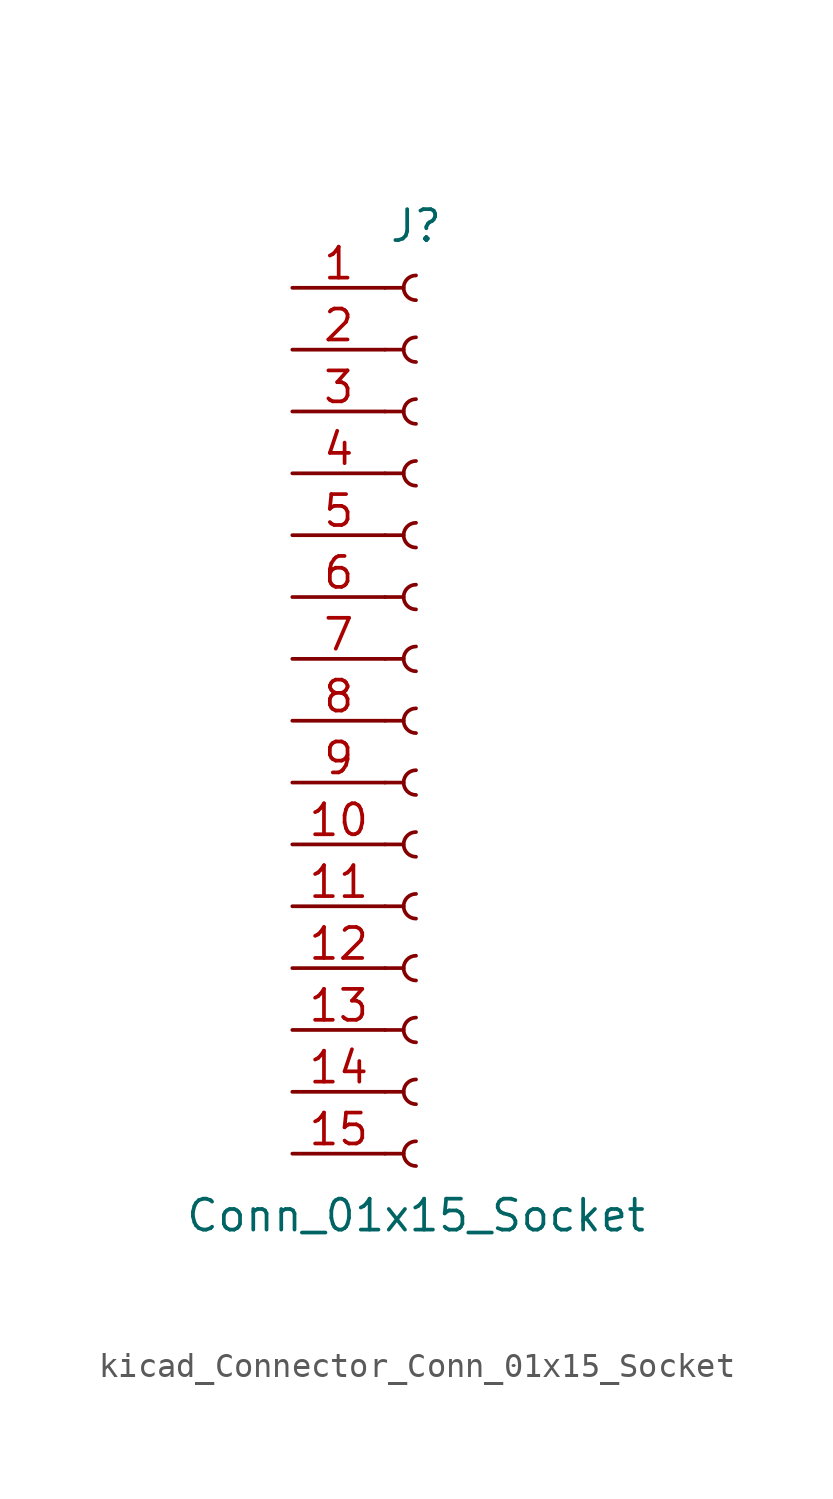
<source format=kicad_sym>
(kicad_symbol_lib
  (version 20220914)
  (generator kicad_symbol_editor)
  (symbol "kicad_Connector_Conn_01x15_Socket"
    (pin_names
      (offset 1.016) hide)
    (property "Reference" "J"
      (at 0 20.32 0)
      (effects (font (size 1.27 1.27))))
    (property "Value" "Conn_01x15_Socket"
      (at 0 -20.32 0)
      (effects (font (size 1.27 1.27))))
    (property "ki_locked" ""
      (at 0 0 0)
      (effects (font (size 1.27 1.27))))
    (symbol "kicad_Connector_Conn_01x15_Socket_1_1"
      (arc (start 0 -17.272) (mid -0.5058 -17.78) (end 0 -18.288) (stroke (width 0.1524) (type default)) (fill (type none)))
      (arc (start 0 -14.732) (mid -0.5058 -15.24) (end 0 -15.748) (stroke (width 0.1524) (type default)) (fill (type none)))
      (arc (start 0 -12.192) (mid -0.5058 -12.7) (end 0 -13.208) (stroke (width 0.1524) (type default)) (fill (type none)))
      (arc (start 0 -9.652) (mid -0.5058 -10.16) (end 0 -10.668) (stroke (width 0.1524) (type default)) (fill (type none)))
      (arc (start 0 -7.112) (mid -0.5058 -7.62) (end 0 -8.128) (stroke (width 0.1524) (type default)) (fill (type none)))
      (arc (start 0 -4.572) (mid -0.5058 -5.08) (end 0 -5.588) (stroke (width 0.1524) (type default)) (fill (type none)))
      (arc (start 0 -2.032) (mid -0.5058 -2.54) (end 0 -3.048) (stroke (width 0.1524) (type default)) (fill (type none)))
      (polyline (pts (xy -1.27 -17.78) (xy -0.508 -17.78)) (stroke (width 0.152) (type default)) (fill (type none)))
      (polyline (pts (xy -1.27 -15.24) (xy -0.508 -15.24)) (stroke (width 0.152) (type default)) (fill (type none)))
      (polyline (pts (xy -1.27 -12.7) (xy -0.508 -12.7)) (stroke (width 0.152) (type default)) (fill (type none)))
      (polyline (pts (xy -1.27 -10.16) (xy -0.508 -10.16)) (stroke (width 0.152) (type default)) (fill (type none)))
      (polyline (pts (xy -1.27 -7.62) (xy -0.508 -7.62)) (stroke (width 0.152) (type default)) (fill (type none)))
      (polyline (pts (xy -1.27 -5.08) (xy -0.508 -5.08)) (stroke (width 0.152) (type default)) (fill (type none)))
      (polyline (pts (xy -1.27 -2.54) (xy -0.508 -2.54)) (stroke (width 0.152) (type default)) (fill (type none)))
      (polyline (pts (xy -1.27 0) (xy -0.508 0)) (stroke (width 0.152) (type default)) (fill (type none)))
      (polyline (pts (xy -1.27 2.54) (xy -0.508 2.54)) (stroke (width 0.152) (type default)) (fill (type none)))
      (polyline (pts (xy -1.27 5.08) (xy -0.508 5.08)) (stroke (width 0.152) (type default)) (fill (type none)))
      (polyline (pts (xy -1.27 7.62) (xy -0.508 7.62)) (stroke (width 0.152) (type default)) (fill (type none)))
      (polyline (pts (xy -1.27 10.16) (xy -0.508 10.16)) (stroke (width 0.152) (type default)) (fill (type none)))
      (polyline (pts (xy -1.27 12.7) (xy -0.508 12.7)) (stroke (width 0.152) (type default)) (fill (type none)))
      (polyline (pts (xy -1.27 15.24) (xy -0.508 15.24)) (stroke (width 0.152) (type default)) (fill (type none)))
      (polyline (pts (xy -1.27 17.78) (xy -0.508 17.78)) (stroke (width 0.152) (type default)) (fill (type none)))
      (arc (start 0 0.508) (mid -0.5058 0) (end 0 -0.508) (stroke (width 0.1524) (type default)) (fill (type none)))
      (arc (start 0 3.048) (mid -0.5058 2.54) (end 0 2.032) (stroke (width 0.1524) (type default)) (fill (type none)))
      (arc (start 0 5.588) (mid -0.5058 5.08) (end 0 4.572) (stroke (width 0.1524) (type default)) (fill (type none)))
      (arc (start 0 8.128) (mid -0.5058 7.62) (end 0 7.112) (stroke (width 0.1524) (type default)) (fill (type none)))
      (arc (start 0 10.668) (mid -0.5058 10.16) (end 0 9.652) (stroke (width 0.1524) (type default)) (fill (type none)))
      (arc (start 0 13.208) (mid -0.5058 12.7) (end 0 12.192) (stroke (width 0.1524) (type default)) (fill (type none)))
      (arc (start 0 15.748) (mid -0.5058 15.24) (end 0 14.732) (stroke (width 0.1524) (type default)) (fill (type none)))
      (arc (start 0 18.288) (mid -0.5058 17.78) (end 0 17.272) (stroke (width 0.1524) (type default)) (fill (type none)))
      (pin passive line (at -5.08 17.78 0) (length 3.81) (name "Pin_1" (effects (font (size 1.27 1.27)))) (number "1" (effects (font (size 1.27 1.27)))))
      (pin passive line (at -5.08 -5.08 0) (length 3.81) (name "Pin_10" (effects (font (size 1.27 1.27)))) (number "10" (effects (font (size 1.27 1.27)))))
      (pin passive line (at -5.08 -7.62 0) (length 3.81) (name "Pin_11" (effects (font (size 1.27 1.27)))) (number "11" (effects (font (size 1.27 1.27)))))
      (pin passive line (at -5.08 -10.16 0) (length 3.81) (name "Pin_12" (effects (font (size 1.27 1.27)))) (number "12" (effects (font (size 1.27 1.27)))))
      (pin passive line (at -5.08 -12.7 0) (length 3.81) (name "Pin_13" (effects (font (size 1.27 1.27)))) (number "13" (effects (font (size 1.27 1.27)))))
      (pin passive line (at -5.08 -15.24 0) (length 3.81) (name "Pin_14" (effects (font (size 1.27 1.27)))) (number "14" (effects (font (size 1.27 1.27)))))
      (pin passive line (at -5.08 -17.78 0) (length 3.81) (name "Pin_15" (effects (font (size 1.27 1.27)))) (number "15" (effects (font (size 1.27 1.27)))))
      (pin passive line (at -5.08 15.24 0) (length 3.81) (name "Pin_2" (effects (font (size 1.27 1.27)))) (number "2" (effects (font (size 1.27 1.27)))))
      (pin passive line (at -5.08 12.7 0) (length 3.81) (name "Pin_3" (effects (font (size 1.27 1.27)))) (number "3" (effects (font (size 1.27 1.27)))))
      (pin passive line (at -5.08 10.16 0) (length 3.81) (name "Pin_4" (effects (font (size 1.27 1.27)))) (number "4" (effects (font (size 1.27 1.27)))))
      (pin passive line (at -5.08 7.62 0) (length 3.81) (name "Pin_5" (effects (font (size 1.27 1.27)))) (number "5" (effects (font (size 1.27 1.27)))))
      (pin passive line (at -5.08 5.08 0) (length 3.81) (name "Pin_6" (effects (font (size 1.27 1.27)))) (number "6" (effects (font (size 1.27 1.27)))))
      (pin passive line (at -5.08 2.54 0) (length 3.81) (name "Pin_7" (effects (font (size 1.27 1.27)))) (number "7" (effects (font (size 1.27 1.27)))))
      (pin passive line (at -5.08 0 0) (length 3.81) (name "Pin_8" (effects (font (size 1.27 1.27)))) (number "8" (effects (font (size 1.27 1.27)))))
      (pin passive line (at -5.08 -2.54 0) (length 3.81) (name "Pin_9" (effects (font (size 1.27 1.27)))) (number "9" (effects (font (size 1.27 1.27))))))))
</source>
